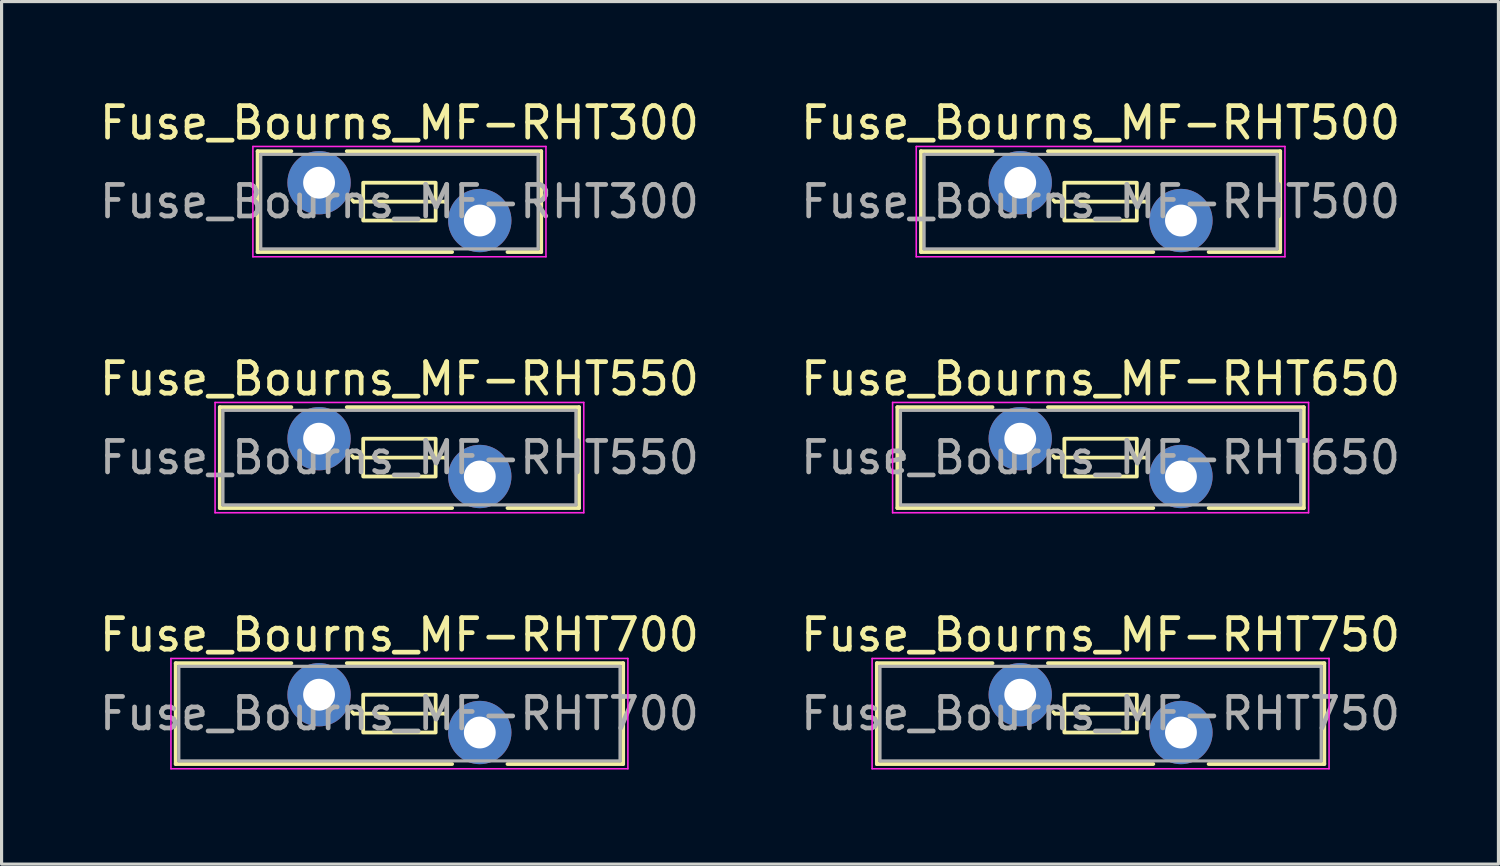
<source format=kicad_pcb>
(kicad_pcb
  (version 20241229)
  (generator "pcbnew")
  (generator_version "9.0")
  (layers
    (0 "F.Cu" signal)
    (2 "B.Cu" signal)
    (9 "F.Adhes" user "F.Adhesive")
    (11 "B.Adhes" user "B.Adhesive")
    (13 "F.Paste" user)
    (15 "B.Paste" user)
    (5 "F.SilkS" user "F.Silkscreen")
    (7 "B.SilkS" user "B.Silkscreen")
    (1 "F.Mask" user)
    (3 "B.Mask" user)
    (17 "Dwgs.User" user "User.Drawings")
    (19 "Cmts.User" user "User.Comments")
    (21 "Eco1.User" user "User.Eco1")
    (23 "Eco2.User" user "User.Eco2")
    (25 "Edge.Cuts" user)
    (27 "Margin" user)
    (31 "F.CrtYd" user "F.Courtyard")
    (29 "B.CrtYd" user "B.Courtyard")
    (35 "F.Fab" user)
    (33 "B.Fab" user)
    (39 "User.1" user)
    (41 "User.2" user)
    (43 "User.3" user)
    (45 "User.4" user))
  (footprint "Fuse_Bourns_MF-RHT700"
    (layer "F.Cu")
    (at 7.075 18.995)
    (property "Reference" "Fuse_Bourns_MF-RHT700" (at 2.55 -1.9 0) (layer "F.SilkS") (effects (font (size 1 1) (thickness 0.15))))
    (fp_line (start -4.55 -1) (end -4.55 2.2) (stroke (width 0.12) (type solid)) (layer "F.SilkS"))
    (fp_line (start -4.55 -1) (end -0.879 -1) (stroke (width 0.12) (type solid)) (layer "F.SilkS"))
    (fp_line (start -4.55 2.2) (end 4.222 2.2) (stroke (width 0.12) (type solid)) (layer "F.SilkS"))
    (fp_line (start 0.879 -1) (end 9.65 -1) (stroke (width 0.12) (type solid)) (layer "F.SilkS"))
    (fp_line (start 1.1 0.6) (end 1.05 0.55) (stroke (width 0.12) (type solid)) (layer "F.SilkS"))
    (fp_line (start 4 0.6) (end 1.1 0.6) (stroke (width 0.12) (type solid)) (layer "F.SilkS"))
    (fp_line (start 4 0.6) (end 4.05 0.65) (stroke (width 0.12) (type solid)) (layer "F.SilkS"))
    (fp_line (start 5.979 2.2) (end 9.65 2.2) (stroke (width 0.12) (type solid)) (layer "F.SilkS"))
    (fp_line (start 9.65 -1) (end 9.65 2.2) (stroke (width 0.12) (type solid)) (layer "F.SilkS"))
    (fp_rect (start 1.4 0) (end 3.7 1.2) (stroke (width 0.12) (type solid)) (fill no) (layer "F.SilkS"))
    (fp_line (start -4.7 -1.15) (end -4.7 2.35) (stroke (width 0.05) (type solid)) (layer "F.CrtYd"))
    (fp_line (start -4.7 2.35) (end 9.8 2.35) (stroke (width 0.05) (type solid)) (layer "F.CrtYd"))
    (fp_line (start 9.8 -1.15) (end -4.7 -1.15) (stroke (width 0.05) (type solid)) (layer "F.CrtYd"))
    (fp_line (start 9.8 2.35) (end 9.8 -1.15) (stroke (width 0.05) (type solid)) (layer "F.CrtYd"))
    (fp_line (start -4.45 -0.9) (end -4.45 2.1) (stroke (width 0.1) (type solid)) (layer "F.Fab"))
    (fp_line (start -4.45 2.1) (end 9.55 2.1) (stroke (width 0.1) (type solid)) (layer "F.Fab"))
    (fp_line (start 9.55 -0.9) (end -4.45 -0.9) (stroke (width 0.1) (type solid)) (layer "F.Fab"))
    (fp_line (start 9.55 2.1) (end 9.55 -0.9) (stroke (width 0.1) (type solid)) (layer "F.Fab"))
    (fp_text user "${REFERENCE}" (at 2.55 0.6 0) (layer "F.Fab") (effects (font (size 1 1) (thickness 0.15))))
    (pad "1" thru_hole circle (at 0 0) (size 2.01 2.01) (drill 1.01) (layers "*.Cu" "*.Mask"))
    (pad "2" thru_hole circle (at 5.1 1.2) (size 2.01 2.01) (drill 1.01) (layers "*.Cu" "*.Mask")))
  (footprint "Fuse_Bourns_MF-RHT750"
    (layer "F.Cu")
    (at 29.325 18.995)
    (property "Reference" "Fuse_Bourns_MF-RHT750" (at 2.55 -1.9 0) (layer "F.SilkS") (effects (font (size 1 1) (thickness 0.15))))
    (fp_line (start -4.55 -1) (end -4.55 2.2) (stroke (width 0.12) (type solid)) (layer "F.SilkS"))
    (fp_line (start -4.55 -1) (end -0.879 -1) (stroke (width 0.12) (type solid)) (layer "F.SilkS"))
    (fp_line (start -4.55 2.2) (end 4.222 2.2) (stroke (width 0.12) (type solid)) (layer "F.SilkS"))
    (fp_line (start 0.879 -1) (end 9.65 -1) (stroke (width 0.12) (type solid)) (layer "F.SilkS"))
    (fp_line (start 1.1 0.6) (end 1.05 0.55) (stroke (width 0.12) (type solid)) (layer "F.SilkS"))
    (fp_line (start 4 0.6) (end 1.1 0.6) (stroke (width 0.12) (type solid)) (layer "F.SilkS"))
    (fp_line (start 4 0.6) (end 4.05 0.65) (stroke (width 0.12) (type solid)) (layer "F.SilkS"))
    (fp_line (start 5.979 2.2) (end 9.65 2.2) (stroke (width 0.12) (type solid)) (layer "F.SilkS"))
    (fp_line (start 9.65 -1) (end 9.65 2.2) (stroke (width 0.12) (type solid)) (layer "F.SilkS"))
    (fp_rect (start 1.4 0) (end 3.7 1.2) (stroke (width 0.12) (type solid)) (fill no) (layer "F.SilkS"))
    (fp_line (start -4.7 -1.15) (end -4.7 2.35) (stroke (width 0.05) (type solid)) (layer "F.CrtYd"))
    (fp_line (start -4.7 2.35) (end 9.8 2.35) (stroke (width 0.05) (type solid)) (layer "F.CrtYd"))
    (fp_line (start 9.8 -1.15) (end -4.7 -1.15) (stroke (width 0.05) (type solid)) (layer "F.CrtYd"))
    (fp_line (start 9.8 2.35) (end 9.8 -1.15) (stroke (width 0.05) (type solid)) (layer "F.CrtYd"))
    (fp_line (start -4.45 -0.9) (end -4.45 2.1) (stroke (width 0.1) (type solid)) (layer "F.Fab"))
    (fp_line (start -4.45 2.1) (end 9.55 2.1) (stroke (width 0.1) (type solid)) (layer "F.Fab"))
    (fp_line (start 9.55 -0.9) (end -4.45 -0.9) (stroke (width 0.1) (type solid)) (layer "F.Fab"))
    (fp_line (start 9.55 2.1) (end 9.55 -0.9) (stroke (width 0.1) (type solid)) (layer "F.Fab"))
    (fp_text user "${REFERENCE}" (at 2.55 0.6 0) (layer "F.Fab") (effects (font (size 1 1) (thickness 0.15))))
    (pad "1" thru_hole circle (at 0 0) (size 2.01 2.01) (drill 1.01) (layers "*.Cu" "*.Mask"))
    (pad "2" thru_hole circle (at 5.1 1.2) (size 2.01 2.01) (drill 1.01) (layers "*.Cu" "*.Mask")))
  (footprint "Fuse_Bourns_MF-RHT550"
    (layer "F.Cu")
    (at 7.075 10.871)
    (property "Reference" "Fuse_Bourns_MF-RHT550" (at 2.55 -1.9 0) (layer "F.SilkS") (effects (font (size 1 1) (thickness 0.15))))
    (fp_line (start -3.15 -1) (end -3.15 2.2) (stroke (width 0.12) (type solid)) (layer "F.SilkS"))
    (fp_line (start -3.15 -1) (end -0.879 -1) (stroke (width 0.12) (type solid)) (layer "F.SilkS"))
    (fp_line (start -3.15 2.2) (end 4.222 2.2) (stroke (width 0.12) (type solid)) (layer "F.SilkS"))
    (fp_line (start 0.879 -1) (end 8.25 -1) (stroke (width 0.12) (type solid)) (layer "F.SilkS"))
    (fp_line (start 1.1 0.6) (end 1.05 0.55) (stroke (width 0.12) (type solid)) (layer "F.SilkS"))
    (fp_line (start 4 0.6) (end 1.1 0.6) (stroke (width 0.12) (type solid)) (layer "F.SilkS"))
    (fp_line (start 4 0.6) (end 4.05 0.65) (stroke (width 0.12) (type solid)) (layer "F.SilkS"))
    (fp_line (start 5.979 2.2) (end 8.25 2.2) (stroke (width 0.12) (type solid)) (layer "F.SilkS"))
    (fp_line (start 8.25 -1) (end 8.25 2.2) (stroke (width 0.12) (type solid)) (layer "F.SilkS"))
    (fp_rect (start 1.4 0) (end 3.7 1.2) (stroke (width 0.12) (type solid)) (fill no) (layer "F.SilkS"))
    (fp_line (start -3.3 -1.15) (end -3.3 2.35) (stroke (width 0.05) (type solid)) (layer "F.CrtYd"))
    (fp_line (start -3.3 2.35) (end 8.4 2.35) (stroke (width 0.05) (type solid)) (layer "F.CrtYd"))
    (fp_line (start 8.4 -1.15) (end -3.3 -1.15) (stroke (width 0.05) (type solid)) (layer "F.CrtYd"))
    (fp_line (start 8.4 2.35) (end 8.4 -1.15) (stroke (width 0.05) (type solid)) (layer "F.CrtYd"))
    (fp_line (start -3.05 -0.9) (end -3.05 2.1) (stroke (width 0.1) (type solid)) (layer "F.Fab"))
    (fp_line (start -3.05 2.1) (end 8.15 2.1) (stroke (width 0.1) (type solid)) (layer "F.Fab"))
    (fp_line (start 8.15 -0.9) (end -3.05 -0.9) (stroke (width 0.1) (type solid)) (layer "F.Fab"))
    (fp_line (start 8.15 2.1) (end 8.15 -0.9) (stroke (width 0.1) (type solid)) (layer "F.Fab"))
    (fp_text user "${REFERENCE}" (at 2.55 0.6 0) (layer "F.Fab") (effects (font (size 1 1) (thickness 0.15))))
    (pad "1" thru_hole circle (at 0 0) (size 2.01 2.01) (drill 1.01) (layers "*.Cu" "*.Mask"))
    (pad "2" thru_hole circle (at 5.1 1.2) (size 2.01 2.01) (drill 1.01) (layers "*.Cu" "*.Mask")))
  (footprint "Fuse_Bourns_MF-RHT500"
    (layer "F.Cu")
    (at 29.325 2.748)
    (property "Reference" "Fuse_Bourns_MF-RHT500" (at 2.55 -1.9 0) (layer "F.SilkS") (effects (font (size 1 1) (thickness 0.15))))
    (fp_line (start -3.15 -1) (end -3.15 2.2) (stroke (width 0.12) (type solid)) (layer "F.SilkS"))
    (fp_line (start -3.15 -1) (end -0.879 -1) (stroke (width 0.12) (type solid)) (layer "F.SilkS"))
    (fp_line (start -3.15 2.2) (end 4.222 2.2) (stroke (width 0.12) (type solid)) (layer "F.SilkS"))
    (fp_line (start 0.879 -1) (end 8.25 -1) (stroke (width 0.12) (type solid)) (layer "F.SilkS"))
    (fp_line (start 1.1 0.6) (end 1.05 0.55) (stroke (width 0.12) (type solid)) (layer "F.SilkS"))
    (fp_line (start 4 0.6) (end 1.1 0.6) (stroke (width 0.12) (type solid)) (layer "F.SilkS"))
    (fp_line (start 4 0.6) (end 4.05 0.65) (stroke (width 0.12) (type solid)) (layer "F.SilkS"))
    (fp_line (start 5.979 2.2) (end 8.25 2.2) (stroke (width 0.12) (type solid)) (layer "F.SilkS"))
    (fp_line (start 8.25 -1) (end 8.25 2.2) (stroke (width 0.12) (type solid)) (layer "F.SilkS"))
    (fp_rect (start 1.4 0) (end 3.7 1.2) (stroke (width 0.12) (type solid)) (fill no) (layer "F.SilkS"))
    (fp_line (start -3.3 -1.15) (end -3.3 2.35) (stroke (width 0.05) (type solid)) (layer "F.CrtYd"))
    (fp_line (start -3.3 2.35) (end 8.4 2.35) (stroke (width 0.05) (type solid)) (layer "F.CrtYd"))
    (fp_line (start 8.4 -1.15) (end -3.3 -1.15) (stroke (width 0.05) (type solid)) (layer "F.CrtYd"))
    (fp_line (start 8.4 2.35) (end 8.4 -1.15) (stroke (width 0.05) (type solid)) (layer "F.CrtYd"))
    (fp_line (start -3.05 -0.9) (end -3.05 2.1) (stroke (width 0.1) (type solid)) (layer "F.Fab"))
    (fp_line (start -3.05 2.1) (end 8.15 2.1) (stroke (width 0.1) (type solid)) (layer "F.Fab"))
    (fp_line (start 8.15 -0.9) (end -3.05 -0.9) (stroke (width 0.1) (type solid)) (layer "F.Fab"))
    (fp_line (start 8.15 2.1) (end 8.15 -0.9) (stroke (width 0.1) (type solid)) (layer "F.Fab"))
    (fp_text user "${REFERENCE}" (at 2.55 0.6 0) (layer "F.Fab") (effects (font (size 1 1) (thickness 0.15))))
    (pad "1" thru_hole circle (at 0 0) (size 2.01 2.01) (drill 1.01) (layers "*.Cu" "*.Mask"))
    (pad "2" thru_hole circle (at 5.1 1.2) (size 2.01 2.01) (drill 1.01) (layers "*.Cu" "*.Mask")))
  (footprint "Fuse_Bourns_MF-RHT300"
    (layer "F.Cu")
    (at 7.075 2.748)
    (property "Reference" "Fuse_Bourns_MF-RHT300" (at 2.55 -1.9 0) (layer "F.SilkS") (effects (font (size 1 1) (thickness 0.15))))
    (fp_line (start -1.951 -1) (end -1.951 2.2) (stroke (width 0.12) (type solid)) (layer "F.SilkS"))
    (fp_line (start -1.951 -1) (end -0.879 -1) (stroke (width 0.12) (type solid)) (layer "F.SilkS"))
    (fp_line (start -1.951 2.2) (end 4.222 2.2) (stroke (width 0.12) (type solid)) (layer "F.SilkS"))
    (fp_line (start 0.879 -1) (end 7.05 -1) (stroke (width 0.12) (type solid)) (layer "F.SilkS"))
    (fp_line (start 1.1 0.6) (end 1.05 0.55) (stroke (width 0.12) (type solid)) (layer "F.SilkS"))
    (fp_line (start 4 0.6) (end 1.1 0.6) (stroke (width 0.12) (type solid)) (layer "F.SilkS"))
    (fp_line (start 4 0.6) (end 4.05 0.65) (stroke (width 0.12) (type solid)) (layer "F.SilkS"))
    (fp_line (start 5.979 2.2) (end 7.05 2.2) (stroke (width 0.12) (type solid)) (layer "F.SilkS"))
    (fp_line (start 7.05 -1) (end 7.05 2.2) (stroke (width 0.12) (type solid)) (layer "F.SilkS"))
    (fp_rect (start 1.4 0) (end 3.7 1.2) (stroke (width 0.12) (type solid)) (fill no) (layer "F.SilkS"))
    (fp_line (start -2.1 -1.15) (end -2.1 2.35) (stroke (width 0.05) (type solid)) (layer "F.CrtYd"))
    (fp_line (start -2.1 2.35) (end 7.2 2.35) (stroke (width 0.05) (type solid)) (layer "F.CrtYd"))
    (fp_line (start 7.2 -1.15) (end -2.1 -1.15) (stroke (width 0.05) (type solid)) (layer "F.CrtYd"))
    (fp_line (start 7.2 2.35) (end 7.2 -1.15) (stroke (width 0.05) (type solid)) (layer "F.CrtYd"))
    (fp_line (start -1.85 -0.9) (end -1.85 2.1) (stroke (width 0.1) (type solid)) (layer "F.Fab"))
    (fp_line (start -1.85 2.1) (end 6.95 2.1) (stroke (width 0.1) (type solid)) (layer "F.Fab"))
    (fp_line (start 6.95 -0.9) (end -1.85 -0.9) (stroke (width 0.1) (type solid)) (layer "F.Fab"))
    (fp_line (start 6.95 2.1) (end 6.95 -0.9) (stroke (width 0.1) (type solid)) (layer "F.Fab"))
    (fp_text user "${REFERENCE}" (at 2.55 0.6 0) (layer "F.Fab") (effects (font (size 1 1) (thickness 0.15))))
    (pad "1" thru_hole circle (at 0 0) (size 2.01 2.01) (drill 1.01) (layers "*.Cu" "*.Mask"))
    (pad "2" thru_hole circle (at 5.1 1.2) (size 2.01 2.01) (drill 1.01) (layers "*.Cu" "*.Mask")))
  (footprint "Fuse_Bourns_MF-RHT650"
    (layer "F.Cu")
    (at 29.325 10.871)
    (property "Reference" "Fuse_Bourns_MF-RHT650" (at 2.55 -1.9 0) (layer "F.SilkS") (effects (font (size 1 1) (thickness 0.15))))
    (fp_line (start -3.9 -1) (end -3.9 2.2) (stroke (width 0.12) (type solid)) (layer "F.SilkS"))
    (fp_line (start -3.9 -1) (end -0.879 -1) (stroke (width 0.12) (type solid)) (layer "F.SilkS"))
    (fp_line (start -3.9 2.2) (end 4.222 2.2) (stroke (width 0.12) (type solid)) (layer "F.SilkS"))
    (fp_line (start 0.879 -1) (end 9 -1) (stroke (width 0.12) (type solid)) (layer "F.SilkS"))
    (fp_line (start 1.1 0.6) (end 1.05 0.55) (stroke (width 0.12) (type solid)) (layer "F.SilkS"))
    (fp_line (start 4 0.6) (end 1.1 0.6) (stroke (width 0.12) (type solid)) (layer "F.SilkS"))
    (fp_line (start 4 0.6) (end 4.05 0.65) (stroke (width 0.12) (type solid)) (layer "F.SilkS"))
    (fp_line (start 5.979 2.2) (end 9 2.2) (stroke (width 0.12) (type solid)) (layer "F.SilkS"))
    (fp_line (start 9 -1) (end 9 2.2) (stroke (width 0.12) (type solid)) (layer "F.SilkS"))
    (fp_rect (start 1.4 0) (end 3.7 1.2) (stroke (width 0.12) (type solid)) (fill no) (layer "F.SilkS"))
    (fp_line (start -4.05 -1.15) (end -4.05 2.35) (stroke (width 0.05) (type solid)) (layer "F.CrtYd"))
    (fp_line (start -4.05 2.35) (end 9.15 2.35) (stroke (width 0.05) (type solid)) (layer "F.CrtYd"))
    (fp_line (start 9.15 -1.15) (end -4.05 -1.15) (stroke (width 0.05) (type solid)) (layer "F.CrtYd"))
    (fp_line (start 9.15 2.35) (end 9.15 -1.15) (stroke (width 0.05) (type solid)) (layer "F.CrtYd"))
    (fp_line (start -3.8 -0.9) (end -3.8 2.1) (stroke (width 0.1) (type solid)) (layer "F.Fab"))
    (fp_line (start -3.8 2.1) (end 8.9 2.1) (stroke (width 0.1) (type solid)) (layer "F.Fab"))
    (fp_line (start 8.9 -0.9) (end -3.8 -0.9) (stroke (width 0.1) (type solid)) (layer "F.Fab"))
    (fp_line (start 8.9 2.1) (end 8.9 -0.9) (stroke (width 0.1) (type solid)) (layer "F.Fab"))
    (fp_text user "${REFERENCE}" (at 2.55 0.6 0) (layer "F.Fab") (effects (font (size 1 1) (thickness 0.15))))
    (pad "1" thru_hole circle (at 0 0) (size 2.01 2.01) (drill 1.01) (layers "*.Cu" "*.Mask"))
    (pad "2" thru_hole circle (at 5.1 1.2) (size 2.01 2.01) (drill 1.01) (layers "*.Cu" "*.Mask")))
  (gr_rect
    (start -3 -3)
    (end 44.5 24.37)
    (stroke (width 0.1) (type default))
    (fill no)
    (layer "Edge.Cuts")))
</source>
